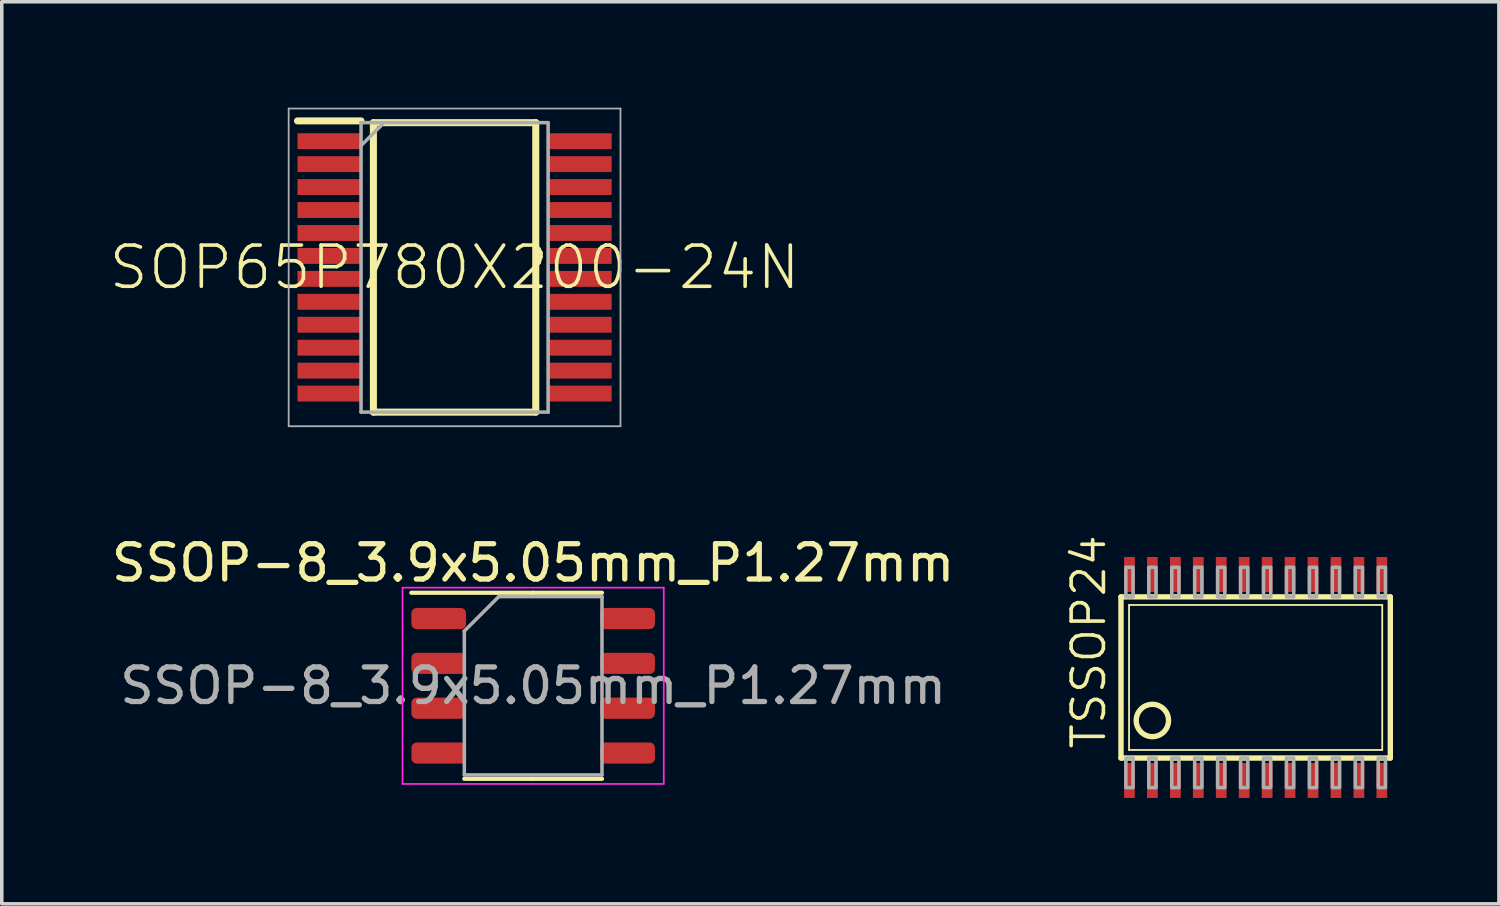
<source format=kicad_pcb>
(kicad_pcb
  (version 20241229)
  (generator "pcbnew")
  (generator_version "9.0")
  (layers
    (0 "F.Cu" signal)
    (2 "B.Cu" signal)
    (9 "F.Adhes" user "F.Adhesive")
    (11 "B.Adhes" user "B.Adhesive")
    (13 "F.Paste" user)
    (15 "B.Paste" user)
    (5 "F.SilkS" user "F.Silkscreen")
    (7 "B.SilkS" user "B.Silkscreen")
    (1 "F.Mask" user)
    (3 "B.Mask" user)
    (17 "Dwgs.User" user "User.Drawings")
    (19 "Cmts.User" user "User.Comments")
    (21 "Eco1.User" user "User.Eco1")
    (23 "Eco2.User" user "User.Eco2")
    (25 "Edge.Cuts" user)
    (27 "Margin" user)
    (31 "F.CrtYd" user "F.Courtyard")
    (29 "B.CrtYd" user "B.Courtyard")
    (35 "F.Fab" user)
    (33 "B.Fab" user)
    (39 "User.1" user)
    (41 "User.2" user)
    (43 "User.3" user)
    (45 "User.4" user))
  (footprint "SOP65P780X200-24N"
    (layer "F.Cu")
    (at 9.828 4.525)
    (property "Reference" "SOP65P780X200-24N" (at 0 0 0) (layer "F.SilkS") (effects (font (size 1.168 1.168) (thickness 0.102))))
    (fp_line (start -4.45 -4.15) (end -2.65 -4.15) (stroke (width 0.2) (type solid)) (layer "F.SilkS"))
    (fp_line (start -2.3 -4.1) (end 2.3 -4.1) (stroke (width 0.2) (type solid)) (layer "F.SilkS"))
    (fp_line (start -2.3 4.1) (end -2.3 -4.1) (stroke (width 0.2) (type solid)) (layer "F.SilkS"))
    (fp_line (start 2.3 -4.1) (end 2.3 4.1) (stroke (width 0.2) (type solid)) (layer "F.SilkS"))
    (fp_line (start 2.3 4.1) (end -2.3 4.1) (stroke (width 0.2) (type solid)) (layer "F.SilkS"))
    (fp_line (start -4.7 -4.5) (end 4.7 -4.5) (stroke (width 0.05) (type solid)) (layer "F.Fab"))
    (fp_line (start -4.7 4.5) (end -4.7 -4.5) (stroke (width 0.05) (type solid)) (layer "F.Fab"))
    (fp_line (start -2.65 -4.1) (end 2.65 -4.1) (stroke (width 0.1) (type solid)) (layer "F.Fab"))
    (fp_line (start -2.65 -3.45) (end -2 -4.1) (stroke (width 0.1) (type solid)) (layer "F.Fab"))
    (fp_line (start -2.65 4.1) (end -2.65 -4.1) (stroke (width 0.1) (type solid)) (layer "F.Fab"))
    (fp_line (start 2.65 -4.1) (end 2.65 4.1) (stroke (width 0.1) (type solid)) (layer "F.Fab"))
    (fp_line (start 2.65 4.1) (end -2.65 4.1) (stroke (width 0.1) (type solid)) (layer "F.Fab"))
    (fp_line (start 4.7 -4.5) (end 4.7 4.5) (stroke (width 0.05) (type solid)) (layer "F.Fab"))
    (fp_line (start 4.7 4.5) (end -4.7 4.5) (stroke (width 0.05) (type solid)) (layer "F.Fab"))
    (pad "1" smd rect (at -3.55 -3.575) (size 1.8 0.45) (layers "F.Cu" "F.Mask" "F.Paste"))
    (pad "2" smd rect (at -3.55 -2.925) (size 1.8 0.45) (layers "F.Cu" "F.Mask" "F.Paste"))
    (pad "3" smd rect (at -3.55 -2.275) (size 1.8 0.45) (layers "F.Cu" "F.Mask" "F.Paste"))
    (pad "4" smd rect (at -3.55 -1.625) (size 1.8 0.45) (layers "F.Cu" "F.Mask" "F.Paste"))
    (pad "5" smd rect (at -3.55 -0.975) (size 1.8 0.45) (layers "F.Cu" "F.Mask" "F.Paste"))
    (pad "6" smd rect (at -3.55 -0.325) (size 1.8 0.45) (layers "F.Cu" "F.Mask" "F.Paste"))
    (pad "7" smd rect (at -3.55 0.325) (size 1.8 0.45) (layers "F.Cu" "F.Mask" "F.Paste"))
    (pad "8" smd rect (at -3.55 0.975) (size 1.8 0.45) (layers "F.Cu" "F.Mask" "F.Paste"))
    (pad "9" smd rect (at -3.55 1.625) (size 1.8 0.45) (layers "F.Cu" "F.Mask" "F.Paste"))
    (pad "10" smd rect (at -3.55 2.275) (size 1.8 0.45) (layers "F.Cu" "F.Mask" "F.Paste"))
    (pad "11" smd rect (at -3.55 2.925) (size 1.8 0.45) (layers "F.Cu" "F.Mask" "F.Paste"))
    (pad "12" smd rect (at -3.55 3.575) (size 1.8 0.45) (layers "F.Cu" "F.Mask" "F.Paste"))
    (pad "13" smd rect (at 3.55 3.575) (size 1.8 0.45) (layers "F.Cu" "F.Mask" "F.Paste"))
    (pad "14" smd rect (at 3.55 2.925) (size 1.8 0.45) (layers "F.Cu" "F.Mask" "F.Paste"))
    (pad "15" smd rect (at 3.55 2.275) (size 1.8 0.45) (layers "F.Cu" "F.Mask" "F.Paste"))
    (pad "16" smd rect (at 3.55 1.625) (size 1.8 0.45) (layers "F.Cu" "F.Mask" "F.Paste"))
    (pad "17" smd rect (at 3.55 0.975) (size 1.8 0.45) (layers "F.Cu" "F.Mask" "F.Paste"))
    (pad "18" smd rect (at 3.55 0.325) (size 1.8 0.45) (layers "F.Cu" "F.Mask" "F.Paste"))
    (pad "19" smd rect (at 3.55 -0.325) (size 1.8 0.45) (layers "F.Cu" "F.Mask" "F.Paste"))
    (pad "20" smd rect (at 3.55 -0.975) (size 1.8 0.45) (layers "F.Cu" "F.Mask" "F.Paste"))
    (pad "21" smd rect (at 3.55 -1.625) (size 1.8 0.45) (layers "F.Cu" "F.Mask" "F.Paste"))
    (pad "22" smd rect (at 3.55 -2.275) (size 1.8 0.45) (layers "F.Cu" "F.Mask" "F.Paste"))
    (pad "23" smd rect (at 3.55 -2.925) (size 1.8 0.45) (layers "F.Cu" "F.Mask" "F.Paste"))
    (pad "24" smd rect (at 3.55 -3.575) (size 1.8 0.45) (layers "F.Cu" "F.Mask" "F.Paste")))
  (footprint "SSOP-8_3.9x5.05mm_P1.27mm"
    (layer "F.Cu")
    (at 12.054 16.378)
    (property "Reference" "SSOP-8_3.9x5.05mm_P1.27mm" (at 0 -3.48 0) (layer "F.SilkS") (effects (font (size 1 1) (thickness 0.15))))
    (attr smd)
    (fp_line (start 0 -2.635) (end -3.45 -2.635) (stroke (width 0.12) (type solid)) (layer "F.SilkS"))
    (fp_line (start 0 -2.635) (end 1.95 -2.635) (stroke (width 0.12) (type solid)) (layer "F.SilkS"))
    (fp_line (start 0 2.635) (end -1.95 2.635) (stroke (width 0.12) (type solid)) (layer "F.SilkS"))
    (fp_line (start 0 2.635) (end 1.95 2.635) (stroke (width 0.12) (type solid)) (layer "F.SilkS"))
    (fp_line (start -3.7 -2.78) (end -3.7 2.78) (stroke (width 0.05) (type solid)) (layer "F.CrtYd"))
    (fp_line (start -3.7 2.78) (end 3.7 2.78) (stroke (width 0.05) (type solid)) (layer "F.CrtYd"))
    (fp_line (start 3.7 -2.78) (end -3.7 -2.78) (stroke (width 0.05) (type solid)) (layer "F.CrtYd"))
    (fp_line (start 3.7 2.78) (end 3.7 -2.78) (stroke (width 0.05) (type solid)) (layer "F.CrtYd"))
    (fp_line (start -1.95 -1.55) (end -0.975 -2.525) (stroke (width 0.1) (type solid)) (layer "F.Fab"))
    (fp_line (start -1.95 2.525) (end -1.95 -1.55) (stroke (width 0.1) (type solid)) (layer "F.Fab"))
    (fp_line (start -0.975 -2.525) (end 1.95 -2.525) (stroke (width 0.1) (type solid)) (layer "F.Fab"))
    (fp_line (start 1.95 -2.525) (end 1.95 2.525) (stroke (width 0.1) (type solid)) (layer "F.Fab"))
    (fp_line (start 1.95 2.525) (end -1.95 2.525) (stroke (width 0.1) (type solid)) (layer "F.Fab"))
    (fp_text user "${REFERENCE}" (at 0 0 0) (layer "F.Fab") (effects (font (size 0.98 0.98) (thickness 0.15))))
    (pad "1" smd roundrect (at -2.675 -1.905) (size 1.55 0.6) (layers "F.Cu" "F.Mask" "F.Paste") (roundrect_rratio 0.25))
    (pad "2" smd roundrect (at -2.675 -0.635) (size 1.55 0.6) (layers "F.Cu" "F.Mask" "F.Paste") (roundrect_rratio 0.25))
    (pad "3" smd roundrect (at -2.675 0.635) (size 1.55 0.6) (layers "F.Cu" "F.Mask" "F.Paste") (roundrect_rratio 0.25))
    (pad "4" smd roundrect (at -2.675 1.905) (size 1.55 0.6) (layers "F.Cu" "F.Mask" "F.Paste") (roundrect_rratio 0.25))
    (pad "5" smd roundrect (at 2.675 1.905) (size 1.55 0.6) (layers "F.Cu" "F.Mask" "F.Paste") (roundrect_rratio 0.25))
    (pad "6" smd roundrect (at 2.675 0.635) (size 1.55 0.6) (layers "F.Cu" "F.Mask" "F.Paste") (roundrect_rratio 0.25))
    (pad "7" smd roundrect (at 2.675 -0.635) (size 1.55 0.6) (layers "F.Cu" "F.Mask" "F.Paste") (roundrect_rratio 0.25))
    (pad "8" smd roundrect (at 2.675 -1.905) (size 1.55 0.6) (layers "F.Cu" "F.Mask" "F.Paste") (roundrect_rratio 0.25)))
  (footprint "TSSOP24"
    (layer "F.Cu")
    (at 32.522 16.142)
    (property "Reference" "TSSOP24" (at -4.196 2.083 90) (layer "F.SilkS") (effects (font (size 0.914 0.914) (thickness 0.102)) (justify left bottom)))
    (fp_line (start -3.815 2.283) (end -3.815 -2.283) (stroke (width 0.152) (type solid)) (layer "F.SilkS"))
    (fp_line (start -3.815 2.283) (end 3.815 2.283) (stroke (width 0.152) (type solid)) (layer "F.SilkS"))
    (fp_line (start -3.586 2.054) (end -3.586 -2.054) (stroke (width 0.051) (type solid)) (layer "F.SilkS"))
    (fp_line (start -3.586 2.054) (end 3.586 2.054) (stroke (width 0.051) (type solid)) (layer "F.SilkS"))
    (fp_line (start 3.586 -2.054) (end -3.586 -2.054) (stroke (width 0.051) (type solid)) (layer "F.SilkS"))
    (fp_line (start 3.586 -2.054) (end 3.586 2.054) (stroke (width 0.051) (type solid)) (layer "F.SilkS"))
    (fp_line (start 3.815 -2.283) (end -3.815 -2.283) (stroke (width 0.152) (type solid)) (layer "F.SilkS"))
    (fp_line (start 3.815 -2.283) (end 3.815 2.283) (stroke (width 0.152) (type solid)) (layer "F.SilkS"))
    (fp_circle (center -2.926 1.219) (end -2.468 1.219) (stroke (width 0.152) (type solid)) (fill no) (layer "F.SilkS"))
    (fp_poly (pts (xy -3.677 -2.283) (xy -3.473 -2.283) (xy -3.473 -3.121) (xy -3.677 -3.121)) (stroke (width 0.1) (type default)) (fill no) (layer "F.Fab"))
    (fp_poly (pts (xy -3.677 3.121) (xy -3.473 3.121) (xy -3.473 2.283) (xy -3.677 2.283)) (stroke (width 0.1) (type default)) (fill no) (layer "F.Fab"))
    (fp_poly (pts (xy -3.027 -2.283) (xy -2.823 -2.283) (xy -2.823 -3.121) (xy -3.027 -3.121)) (stroke (width 0.1) (type default)) (fill no) (layer "F.Fab"))
    (fp_poly (pts (xy -3.027 3.121) (xy -2.823 3.121) (xy -2.823 2.283) (xy -3.027 2.283)) (stroke (width 0.1) (type default)) (fill no) (layer "F.Fab"))
    (fp_poly (pts (xy -2.377 -2.283) (xy -2.173 -2.283) (xy -2.173 -3.121) (xy -2.377 -3.121)) (stroke (width 0.1) (type default)) (fill no) (layer "F.Fab"))
    (fp_poly (pts (xy -2.377 3.121) (xy -2.173 3.121) (xy -2.173 2.283) (xy -2.377 2.283)) (stroke (width 0.1) (type default)) (fill no) (layer "F.Fab"))
    (fp_poly (pts (xy -1.727 -2.283) (xy -1.523 -2.283) (xy -1.523 -3.121) (xy -1.727 -3.121)) (stroke (width 0.1) (type default)) (fill no) (layer "F.Fab"))
    (fp_poly (pts (xy -1.727 3.121) (xy -1.523 3.121) (xy -1.523 2.283) (xy -1.727 2.283)) (stroke (width 0.1) (type default)) (fill no) (layer "F.Fab"))
    (fp_poly (pts (xy -1.077 -2.283) (xy -0.873 -2.283) (xy -0.873 -3.121) (xy -1.077 -3.121)) (stroke (width 0.1) (type default)) (fill no) (layer "F.Fab"))
    (fp_poly (pts (xy -1.077 3.121) (xy -0.873 3.121) (xy -0.873 2.283) (xy -1.077 2.283)) (stroke (width 0.1) (type default)) (fill no) (layer "F.Fab"))
    (fp_poly (pts (xy -0.427 -2.283) (xy -0.223 -2.283) (xy -0.223 -3.121) (xy -0.427 -3.121)) (stroke (width 0.1) (type default)) (fill no) (layer "F.Fab"))
    (fp_poly (pts (xy -0.427 3.121) (xy -0.223 3.121) (xy -0.223 2.283) (xy -0.427 2.283)) (stroke (width 0.1) (type default)) (fill no) (layer "F.Fab"))
    (fp_poly (pts (xy 0.223 -2.283) (xy 0.427 -2.283) (xy 0.427 -3.121) (xy 0.223 -3.121)) (stroke (width 0.1) (type default)) (fill no) (layer "F.Fab"))
    (fp_poly (pts (xy 0.223 3.121) (xy 0.427 3.121) (xy 0.427 2.283) (xy 0.223 2.283)) (stroke (width 0.1) (type default)) (fill no) (layer "F.Fab"))
    (fp_poly (pts (xy 0.873 -2.283) (xy 1.077 -2.283) (xy 1.077 -3.121) (xy 0.873 -3.121)) (stroke (width 0.1) (type default)) (fill no) (layer "F.Fab"))
    (fp_poly (pts (xy 0.873 3.121) (xy 1.077 3.121) (xy 1.077 2.283) (xy 0.873 2.283)) (stroke (width 0.1) (type default)) (fill no) (layer "F.Fab"))
    (fp_poly (pts (xy 1.523 -2.283) (xy 1.727 -2.283) (xy 1.727 -3.121) (xy 1.523 -3.121)) (stroke (width 0.1) (type default)) (fill no) (layer "F.Fab"))
    (fp_poly (pts (xy 1.523 3.121) (xy 1.727 3.121) (xy 1.727 2.283) (xy 1.523 2.283)) (stroke (width 0.1) (type default)) (fill no) (layer "F.Fab"))
    (fp_poly (pts (xy 2.173 -2.283) (xy 2.377 -2.283) (xy 2.377 -3.121) (xy 2.173 -3.121)) (stroke (width 0.1) (type default)) (fill no) (layer "F.Fab"))
    (fp_poly (pts (xy 2.173 3.121) (xy 2.377 3.121) (xy 2.377 2.283) (xy 2.173 2.283)) (stroke (width 0.1) (type default)) (fill no) (layer "F.Fab"))
    (fp_poly (pts (xy 2.823 -2.283) (xy 3.027 -2.283) (xy 3.027 -3.121) (xy 2.823 -3.121)) (stroke (width 0.1) (type default)) (fill no) (layer "F.Fab"))
    (fp_poly (pts (xy 2.823 3.121) (xy 3.027 3.121) (xy 3.027 2.283) (xy 2.823 2.283)) (stroke (width 0.1) (type default)) (fill no) (layer "F.Fab"))
    (fp_poly (pts (xy 3.473 -2.283) (xy 3.677 -2.283) (xy 3.677 -3.121) (xy 3.473 -3.121)) (stroke (width 0.1) (type default)) (fill no) (layer "F.Fab"))
    (fp_poly (pts (xy 3.473 3.121) (xy 3.677 3.121) (xy 3.677 2.283) (xy 3.473 2.283)) (stroke (width 0.1) (type default)) (fill no) (layer "F.Fab"))
    (pad "1" smd rect (at -3.575 2.918) (size 0.305 0.991) (layers "F.Cu" "F.Mask" "F.Paste"))
    (pad "2" smd rect (at -2.925 2.918) (size 0.305 0.991) (layers "F.Cu" "F.Mask" "F.Paste"))
    (pad "3" smd rect (at -2.275 2.918) (size 0.305 0.991) (layers "F.Cu" "F.Mask" "F.Paste"))
    (pad "4" smd rect (at -1.625 2.918) (size 0.305 0.991) (layers "F.Cu" "F.Mask" "F.Paste"))
    (pad "5" smd rect (at -0.975 2.918) (size 0.305 0.991) (layers "F.Cu" "F.Mask" "F.Paste"))
    (pad "6" smd rect (at -0.325 2.918) (size 0.305 0.991) (layers "F.Cu" "F.Mask" "F.Paste"))
    (pad "7" smd rect (at 0.325 2.918) (size 0.305 0.991) (layers "F.Cu" "F.Mask" "F.Paste"))
    (pad "8" smd rect (at 0.975 2.918) (size 0.305 0.991) (layers "F.Cu" "F.Mask" "F.Paste"))
    (pad "9" smd rect (at 1.625 2.918) (size 0.305 0.991) (layers "F.Cu" "F.Mask" "F.Paste"))
    (pad "10" smd rect (at 2.275 2.918) (size 0.305 0.991) (layers "F.Cu" "F.Mask" "F.Paste"))
    (pad "11" smd rect (at 2.925 2.918) (size 0.305 0.991) (layers "F.Cu" "F.Mask" "F.Paste"))
    (pad "12" smd rect (at 3.575 2.918) (size 0.305 0.991) (layers "F.Cu" "F.Mask" "F.Paste"))
    (pad "13" smd rect (at 3.575 -2.918) (size 0.305 0.991) (layers "F.Cu" "F.Mask" "F.Paste"))
    (pad "14" smd rect (at 2.925 -2.918) (size 0.305 0.991) (layers "F.Cu" "F.Mask" "F.Paste"))
    (pad "15" smd rect (at 2.275 -2.918) (size 0.305 0.991) (layers "F.Cu" "F.Mask" "F.Paste"))
    (pad "16" smd rect (at 1.625 -2.918) (size 0.305 0.991) (layers "F.Cu" "F.Mask" "F.Paste"))
    (pad "17" smd rect (at 0.975 -2.918) (size 0.305 0.991) (layers "F.Cu" "F.Mask" "F.Paste"))
    (pad "18" smd rect (at 0.325 -2.918) (size 0.305 0.991) (layers "F.Cu" "F.Mask" "F.Paste"))
    (pad "19" smd rect (at -0.325 -2.918) (size 0.305 0.991) (layers "F.Cu" "F.Mask" "F.Paste"))
    (pad "20" smd rect (at -0.975 -2.918) (size 0.305 0.991) (layers "F.Cu" "F.Mask" "F.Paste"))
    (pad "21" smd rect (at -1.625 -2.918) (size 0.305 0.991) (layers "F.Cu" "F.Mask" "F.Paste"))
    (pad "22" smd rect (at -2.275 -2.918) (size 0.305 0.991) (layers "F.Cu" "F.Mask" "F.Paste"))
    (pad "23" smd rect (at -2.925 -2.918) (size 0.305 0.991) (layers "F.Cu" "F.Mask" "F.Paste"))
    (pad "24" smd rect (at -3.575 -2.918) (size 0.305 0.991) (layers "F.Cu" "F.Mask" "F.Paste")))
  (gr_rect
    (start -3 -3)
    (end 39.413 22.555)
    (stroke (width 0.1) (type default))
    (fill no)
    (layer "Edge.Cuts")))
</source>
